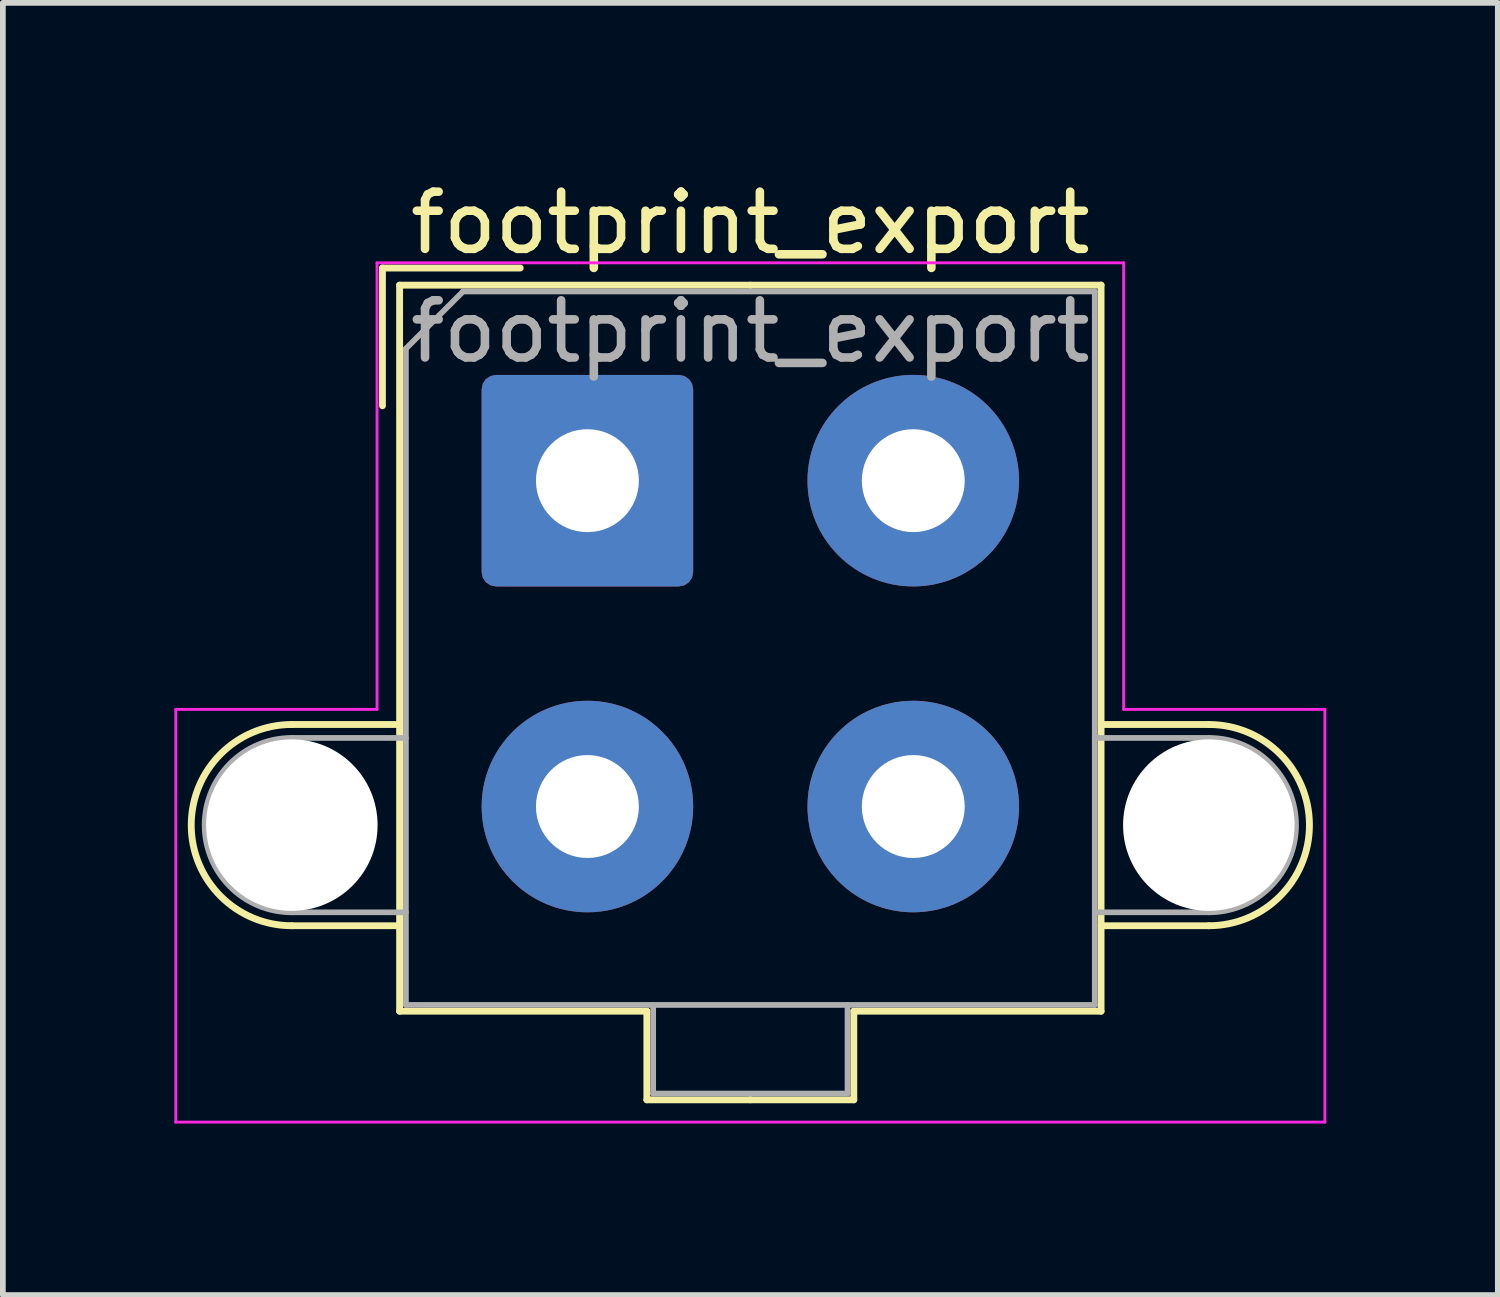
<source format=kicad_pcb>
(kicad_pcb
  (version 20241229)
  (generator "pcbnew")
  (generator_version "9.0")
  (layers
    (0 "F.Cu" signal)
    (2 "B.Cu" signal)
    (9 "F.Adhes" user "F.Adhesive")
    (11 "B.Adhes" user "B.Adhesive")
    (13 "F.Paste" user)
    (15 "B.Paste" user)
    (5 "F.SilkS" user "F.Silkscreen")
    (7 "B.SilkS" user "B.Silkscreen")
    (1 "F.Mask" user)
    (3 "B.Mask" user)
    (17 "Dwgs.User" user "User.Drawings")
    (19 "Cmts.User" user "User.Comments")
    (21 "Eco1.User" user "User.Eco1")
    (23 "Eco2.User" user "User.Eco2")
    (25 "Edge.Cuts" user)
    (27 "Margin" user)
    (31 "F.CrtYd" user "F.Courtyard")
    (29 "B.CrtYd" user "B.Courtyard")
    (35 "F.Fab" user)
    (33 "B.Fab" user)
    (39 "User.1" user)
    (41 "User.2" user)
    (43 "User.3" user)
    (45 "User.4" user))
  (footprint "footprint_export"
    (layer "F.Cu")
    (at 7.225 5.358)
    (property "Reference" "footprint_export" (at 2.85 -4.51 0) (layer "F.SilkS") (effects (font (size 1 1) (thickness 0.15))))
    (attr through_hole)
    (fp_line (start -5.17 4.265) (end -3.285 4.265) (stroke (width 0.12) (type solid)) (layer "F.SilkS"))
    (fp_line (start -5.17 7.785) (end -3.285 7.785) (stroke (width 0.12) (type solid)) (layer "F.SilkS"))
    (fp_line (start -3.585 -3.72) (end -1.175 -3.72) (stroke (width 0.12) (type solid)) (layer "F.SilkS"))
    (fp_line (start -3.585 -1.31) (end -3.585 -3.72) (stroke (width 0.12) (type solid)) (layer "F.SilkS"))
    (fp_line (start -3.285 -3.42) (end -3.285 9.28) (stroke (width 0.12) (type solid)) (layer "F.SilkS"))
    (fp_line (start -3.285 9.28) (end 1.04 9.28) (stroke (width 0.12) (type solid)) (layer "F.SilkS"))
    (fp_line (start 1.04 9.28) (end 1.04 10.83) (stroke (width 0.12) (type solid)) (layer "F.SilkS"))
    (fp_line (start 1.04 10.83) (end 2.85 10.83) (stroke (width 0.12) (type solid)) (layer "F.SilkS"))
    (fp_line (start 2.85 -3.42) (end -3.285 -3.42) (stroke (width 0.12) (type solid)) (layer "F.SilkS"))
    (fp_line (start 2.85 -3.42) (end 8.985 -3.42) (stroke (width 0.12) (type solid)) (layer "F.SilkS"))
    (fp_line (start 4.66 9.28) (end 4.66 10.83) (stroke (width 0.12) (type solid)) (layer "F.SilkS"))
    (fp_line (start 4.66 10.83) (end 2.85 10.83) (stroke (width 0.12) (type solid)) (layer "F.SilkS"))
    (fp_line (start 8.985 -3.42) (end 8.985 9.28) (stroke (width 0.12) (type solid)) (layer "F.SilkS"))
    (fp_line (start 8.985 9.28) (end 4.66 9.28) (stroke (width 0.12) (type solid)) (layer "F.SilkS"))
    (fp_line (start 10.87 4.265) (end 8.985 4.265) (stroke (width 0.12) (type solid)) (layer "F.SilkS"))
    (fp_line (start 10.87 7.785) (end 8.985 7.785) (stroke (width 0.12) (type solid)) (layer "F.SilkS"))
    (fp_arc (start -5.17 7.785) (mid -6.93 6.025) (end -5.17 4.265) (stroke (width 0.12) (type solid)) (layer "F.SilkS"))
    (fp_arc (start 10.87 4.265) (mid 12.63 6.025) (end 10.87 7.785) (stroke (width 0.12) (type solid)) (layer "F.SilkS"))
    (fp_line (start -7.2 4) (end -7.2 11.22) (stroke (width 0.05) (type solid)) (layer "F.CrtYd"))
    (fp_line (start -7.2 11.22) (end 12.9 11.22) (stroke (width 0.05) (type solid)) (layer "F.CrtYd"))
    (fp_line (start -3.68 -3.81) (end -3.68 4) (stroke (width 0.05) (type solid)) (layer "F.CrtYd"))
    (fp_line (start -3.68 4) (end -7.2 4) (stroke (width 0.05) (type solid)) (layer "F.CrtYd"))
    (fp_line (start 9.38 -3.81) (end -3.68 -3.81) (stroke (width 0.05) (type solid)) (layer "F.CrtYd"))
    (fp_line (start 9.38 4) (end 9.38 -3.81) (stroke (width 0.05) (type solid)) (layer "F.CrtYd"))
    (fp_line (start 12.9 4) (end 9.38 4) (stroke (width 0.05) (type solid)) (layer "F.CrtYd"))
    (fp_line (start 12.9 11.22) (end 12.9 4) (stroke (width 0.05) (type solid)) (layer "F.CrtYd"))
    (fp_line (start -5.17 4.5) (end -3.175 4.5) (stroke (width 0.1) (type solid)) (layer "F.Fab"))
    (fp_line (start -5.17 7.55) (end -3.175 7.55) (stroke (width 0.1) (type solid)) (layer "F.Fab"))
    (fp_line (start -3.175 -2.31) (end -3.175 9.17) (stroke (width 0.1) (type solid)) (layer "F.Fab"))
    (fp_line (start -3.175 9.17) (end 8.875 9.17) (stroke (width 0.1) (type solid)) (layer "F.Fab"))
    (fp_line (start -2.175 -3.31) (end -3.175 -2.31) (stroke (width 0.1) (type solid)) (layer "F.Fab"))
    (fp_line (start 1.15 9.17) (end 1.15 10.72) (stroke (width 0.1) (type solid)) (layer "F.Fab"))
    (fp_line (start 1.15 10.72) (end 4.55 10.72) (stroke (width 0.1) (type solid)) (layer "F.Fab"))
    (fp_line (start 4.55 10.72) (end 4.55 9.17) (stroke (width 0.1) (type solid)) (layer "F.Fab"))
    (fp_line (start 8.875 -3.31) (end -2.175 -3.31) (stroke (width 0.1) (type solid)) (layer "F.Fab"))
    (fp_line (start 8.875 9.17) (end 8.875 -3.31) (stroke (width 0.1) (type solid)) (layer "F.Fab"))
    (fp_line (start 10.87 4.5) (end 8.875 4.5) (stroke (width 0.1) (type solid)) (layer "F.Fab"))
    (fp_line (start 10.87 7.55) (end 8.875 7.55) (stroke (width 0.1) (type solid)) (layer "F.Fab"))
    (fp_arc (start -5.17 7.55) (mid -6.695 6.025) (end -5.17 4.5) (stroke (width 0.1) (type solid)) (layer "F.Fab"))
    (fp_arc (start 10.87 4.5) (mid 12.395 6.025) (end 10.87 7.55) (stroke (width 0.1) (type solid)) (layer "F.Fab"))
    (fp_text user "${REFERENCE}" (at 2.85 -2.61 0) (layer "F.Fab") (effects (font (size 1 1) (thickness 0.15))))
    (pad "" np_thru_hole circle (at -5.17 6.025) (size 3 3) (drill 3) (layers "*.Cu" "*.Mask"))
    (pad "" np_thru_hole circle (at 10.87 6.025) (size 3 3) (drill 3) (layers "*.Cu" "*.Mask"))
    (pad "1" thru_hole roundrect (at 0 0) (size 3.7 3.7) (drill 1.8) (layers "*.Cu" "*.Mask") (roundrect_rratio 0.068))
    (pad "2" thru_hole circle (at 5.7 0) (size 3.7 3.7) (drill 1.8) (layers "*.Cu" "*.Mask"))
    (pad "3" thru_hole circle (at 0 5.7) (size 3.7 3.7) (drill 1.8) (layers "*.Cu" "*.Mask"))
    (pad "4" thru_hole circle (at 5.7 5.7) (size 3.7 3.7) (drill 1.8) (layers "*.Cu" "*.Mask")))
  (gr_rect
    (start -3 -3)
    (end 23.15 19.603)
    (stroke (width 0.1) (type default))
    (fill no)
    (layer "Edge.Cuts")))
</source>
